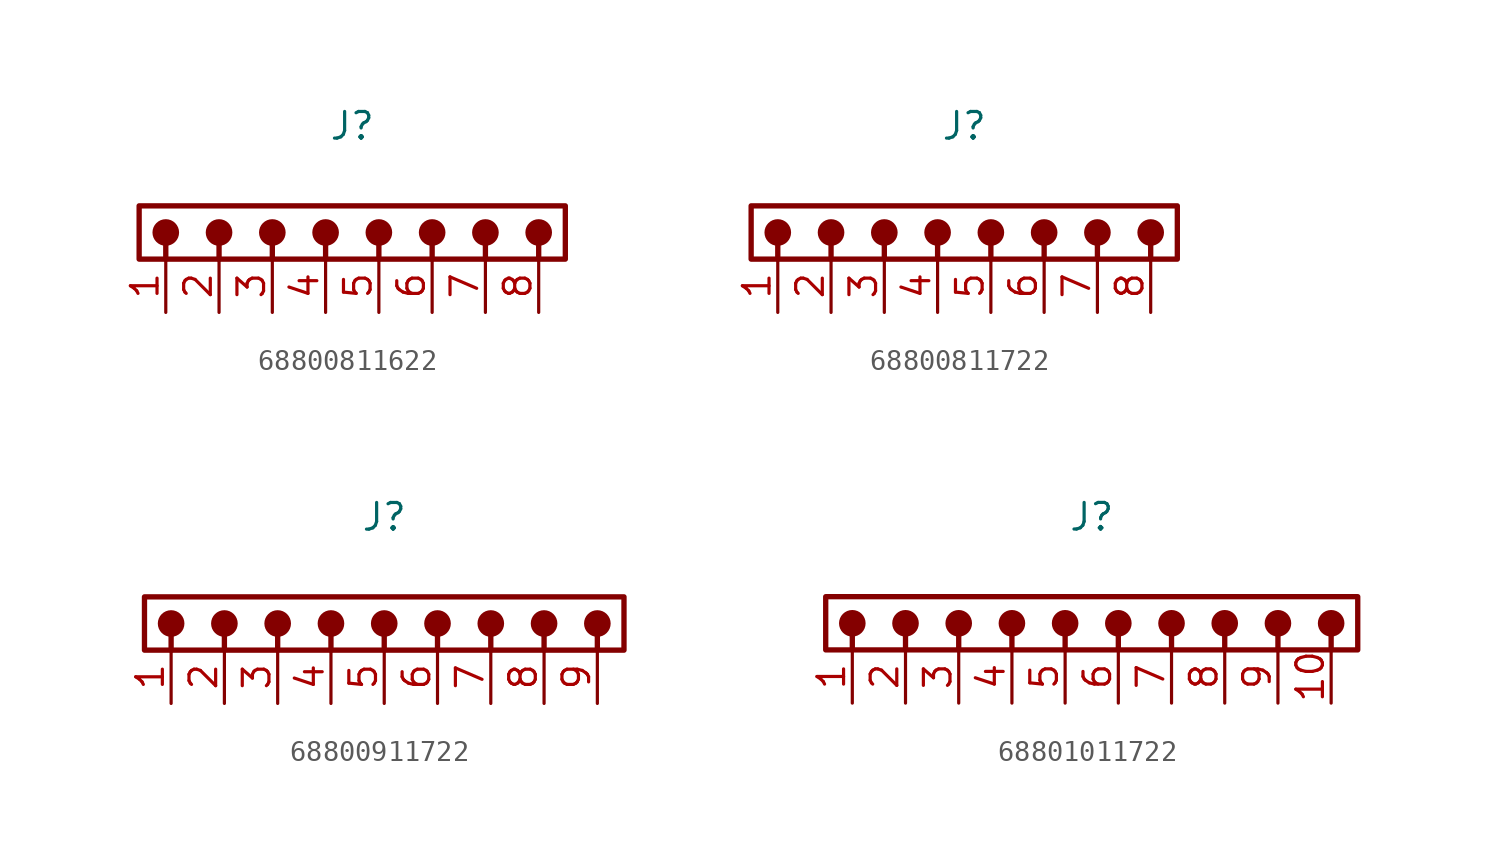
<source format=kicad_sym>
(kicad_symbol_lib
  (version 20241209)
  (generator "kicad_symbol_editor")
  (generator_version "9.0")
  (symbol "68800811622"
    (pin_names
      (hide yes))
    (property "Reference" "J"
      (at 0 5.08 0)
      (effects (font (size 1.27 1.27))))
    (symbol "68800811622_1_1"
      (rectangle (start -10.16 1.27) (end 10.16 -1.27) (stroke (width 0.254) (type solid)) (fill (type none)))
      (circle (center -8.89 0) (radius 0.508) (stroke (width 0.254) (type solid)) (fill (type outline)))
      (polyline (pts (xy -8.89 -0.508) (xy -8.89 -1.27)) (stroke (width 0.254) (type solid)) (fill (type none)))
      (circle (center -6.35 0) (radius 0.508) (stroke (width 0.254) (type solid)) (fill (type outline)))
      (polyline (pts (xy -6.35 -0.508) (xy -6.35 -1.27)) (stroke (width 0.254) (type solid)) (fill (type none)))
      (circle (center -3.81 0) (radius 0.508) (stroke (width 0.254) (type solid)) (fill (type outline)))
      (polyline (pts (xy -3.81 -0.508) (xy -3.81 -1.27)) (stroke (width 0.254) (type solid)) (fill (type none)))
      (circle (center -1.27 0) (radius 0.508) (stroke (width 0.254) (type solid)) (fill (type outline)))
      (polyline (pts (xy -1.27 -0.508) (xy -1.27 -1.27)) (stroke (width 0.254) (type solid)) (fill (type none)))
      (circle (center 1.27 0) (radius 0.508) (stroke (width 0.254) (type solid)) (fill (type outline)))
      (polyline (pts (xy 1.27 -0.508) (xy 1.27 -1.27)) (stroke (width 0.254) (type solid)) (fill (type none)))
      (circle (center 3.81 0) (radius 0.508) (stroke (width 0.254) (type solid)) (fill (type outline)))
      (polyline (pts (xy 3.81 -0.508) (xy 3.81 -1.27)) (stroke (width 0.254) (type solid)) (fill (type none)))
      (circle (center 6.35 0) (radius 0.508) (stroke (width 0.254) (type solid)) (fill (type outline)))
      (polyline (pts (xy 6.35 -0.508) (xy 6.35 -1.27)) (stroke (width 0.254) (type solid)) (fill (type none)))
      (circle (center 8.89 0) (radius 0.508) (stroke (width 0.254) (type solid)) (fill (type outline)))
      (polyline (pts (xy 8.89 -0.508) (xy 8.89 -1.27)) (stroke (width 0.254) (type solid)) (fill (type none)))
      (pin passive line (at -8.89 -3.81 90) (length 2.54) (name "1" (effects (font (size 1.27 1.27)))) (number "1" (effects (font (size 1.27 1.27)))))
      (pin passive line (at -6.35 -3.81 90) (length 2.54) (name "2" (effects (font (size 1.27 1.27)))) (number "2" (effects (font (size 1.27 1.27)))))
      (pin passive line (at -3.81 -3.81 90) (length 2.54) (name "3" (effects (font (size 1.27 1.27)))) (number "3" (effects (font (size 1.27 1.27)))))
      (pin passive line (at -1.27 -3.81 90) (length 2.54) (name "4" (effects (font (size 1.27 1.27)))) (number "4" (effects (font (size 1.27 1.27)))))
      (pin passive line (at 1.27 -3.81 90) (length 2.54) (name "5" (effects (font (size 1.27 1.27)))) (number "5" (effects (font (size 1.27 1.27)))))
      (pin passive line (at 3.81 -3.81 90) (length 2.54) (name "6" (effects (font (size 1.27 1.27)))) (number "6" (effects (font (size 1.27 1.27)))))
      (pin passive line (at 6.35 -3.81 90) (length 2.54) (name "7" (effects (font (size 1.27 1.27)))) (number "7" (effects (font (size 1.27 1.27)))))
      (pin passive line (at 8.89 -3.81 90) (length 2.54) (name "8" (effects (font (size 1.27 1.27)))) (number "8" (effects (font (size 1.27 1.27)))))))
  (symbol "68800811722"
    (pin_names
      (hide yes))
    (property "Reference" "J"
      (at 0 5.08 0)
      (effects (font (size 1.27 1.27))))
    (symbol "68800811722_1_1"
      (rectangle (start -10.16 1.27) (end 10.16 -1.27) (stroke (width 0.254) (type solid)) (fill (type none)))
      (circle (center -8.89 0) (radius 0.508) (stroke (width 0.254) (type solid)) (fill (type outline)))
      (polyline (pts (xy -8.89 -0.508) (xy -8.89 -1.27)) (stroke (width 0.254) (type solid)) (fill (type none)))
      (circle (center -6.35 0) (radius 0.508) (stroke (width 0.254) (type solid)) (fill (type outline)))
      (polyline (pts (xy -6.35 -0.508) (xy -6.35 -1.27)) (stroke (width 0.254) (type solid)) (fill (type none)))
      (circle (center -3.81 0) (radius 0.508) (stroke (width 0.254) (type solid)) (fill (type outline)))
      (polyline (pts (xy -3.81 -0.508) (xy -3.81 -1.27)) (stroke (width 0.254) (type solid)) (fill (type none)))
      (circle (center -1.27 0) (radius 0.508) (stroke (width 0.254) (type solid)) (fill (type outline)))
      (polyline (pts (xy -1.27 -0.508) (xy -1.27 -1.27)) (stroke (width 0.254) (type solid)) (fill (type none)))
      (circle (center 1.27 0) (radius 0.508) (stroke (width 0.254) (type solid)) (fill (type outline)))
      (polyline (pts (xy 1.27 -0.508) (xy 1.27 -1.27)) (stroke (width 0.254) (type solid)) (fill (type none)))
      (circle (center 3.81 0) (radius 0.508) (stroke (width 0.254) (type solid)) (fill (type outline)))
      (polyline (pts (xy 3.81 -0.508) (xy 3.81 -1.27)) (stroke (width 0.254) (type solid)) (fill (type none)))
      (circle (center 6.35 0) (radius 0.508) (stroke (width 0.254) (type solid)) (fill (type outline)))
      (polyline (pts (xy 6.35 -0.508) (xy 6.35 -1.27)) (stroke (width 0.254) (type solid)) (fill (type none)))
      (circle (center 8.89 0) (radius 0.508) (stroke (width 0.254) (type solid)) (fill (type outline)))
      (polyline (pts (xy 8.89 -0.508) (xy 8.89 -1.27)) (stroke (width 0.254) (type solid)) (fill (type none)))
      (pin passive line (at -8.89 -3.81 90) (length 2.54) (name "1" (effects (font (size 1.27 1.27)))) (number "1" (effects (font (size 1.27 1.27)))))
      (pin passive line (at -6.35 -3.81 90) (length 2.54) (name "2" (effects (font (size 1.27 1.27)))) (number "2" (effects (font (size 1.27 1.27)))))
      (pin passive line (at -3.81 -3.81 90) (length 2.54) (name "3" (effects (font (size 1.27 1.27)))) (number "3" (effects (font (size 1.27 1.27)))))
      (pin passive line (at -1.27 -3.81 90) (length 2.54) (name "4" (effects (font (size 1.27 1.27)))) (number "4" (effects (font (size 1.27 1.27)))))
      (pin passive line (at 1.27 -3.81 90) (length 2.54) (name "5" (effects (font (size 1.27 1.27)))) (number "5" (effects (font (size 1.27 1.27)))))
      (pin passive line (at 3.81 -3.81 90) (length 2.54) (name "6" (effects (font (size 1.27 1.27)))) (number "6" (effects (font (size 1.27 1.27)))))
      (pin passive line (at 6.35 -3.81 90) (length 2.54) (name "7" (effects (font (size 1.27 1.27)))) (number "7" (effects (font (size 1.27 1.27)))))
      (pin passive line (at 8.89 -3.81 90) (length 2.54) (name "8" (effects (font (size 1.27 1.27)))) (number "8" (effects (font (size 1.27 1.27)))))))
  (symbol "68800911722"
    (pin_names
      (hide yes))
    (property "Reference" "J"
      (at 0 5.08 0)
      (effects (font (size 1.27 1.27))))
    (symbol "68800911722_1_1"
      (rectangle (start -11.43 1.27) (end 11.43 -1.27) (stroke (width 0.254) (type solid)) (fill (type none)))
      (circle (center -10.16 0) (radius 0.508) (stroke (width 0.254) (type solid)) (fill (type outline)))
      (polyline (pts (xy -10.16 -0.508) (xy -10.16 -1.27)) (stroke (width 0.254) (type solid)) (fill (type none)))
      (circle (center -7.62 0) (radius 0.508) (stroke (width 0.254) (type solid)) (fill (type outline)))
      (polyline (pts (xy -7.62 -0.508) (xy -7.62 -1.27)) (stroke (width 0.254) (type solid)) (fill (type none)))
      (circle (center -5.08 0) (radius 0.508) (stroke (width 0.254) (type solid)) (fill (type outline)))
      (polyline (pts (xy -5.08 -0.508) (xy -5.08 -1.27)) (stroke (width 0.254) (type solid)) (fill (type none)))
      (circle (center -2.54 0) (radius 0.508) (stroke (width 0.254) (type solid)) (fill (type outline)))
      (polyline (pts (xy -2.54 -0.508) (xy -2.54 -1.27)) (stroke (width 0.254) (type solid)) (fill (type none)))
      (circle (center 0 0) (radius 0.508) (stroke (width 0.254) (type solid)) (fill (type outline)))
      (polyline (pts (xy 0 -0.508) (xy 0 -1.27)) (stroke (width 0.254) (type solid)) (fill (type none)))
      (circle (center 2.54 0) (radius 0.508) (stroke (width 0.254) (type solid)) (fill (type outline)))
      (polyline (pts (xy 2.54 -0.508) (xy 2.54 -1.27)) (stroke (width 0.254) (type solid)) (fill (type none)))
      (circle (center 5.08 0) (radius 0.508) (stroke (width 0.254) (type solid)) (fill (type outline)))
      (polyline (pts (xy 5.08 -0.508) (xy 5.08 -1.27)) (stroke (width 0.254) (type solid)) (fill (type none)))
      (circle (center 7.62 0) (radius 0.508) (stroke (width 0.254) (type solid)) (fill (type outline)))
      (polyline (pts (xy 7.62 -0.508) (xy 7.62 -1.27)) (stroke (width 0.254) (type solid)) (fill (type none)))
      (circle (center 10.16 0) (radius 0.508) (stroke (width 0.254) (type solid)) (fill (type outline)))
      (polyline (pts (xy 10.16 -0.508) (xy 10.16 -1.27)) (stroke (width 0.254) (type solid)) (fill (type none)))
      (pin passive line (at -10.16 -3.81 90) (length 2.54) (name "1" (effects (font (size 1.27 1.27)))) (number "1" (effects (font (size 1.27 1.27)))))
      (pin passive line (at -7.62 -3.81 90) (length 2.54) (name "2" (effects (font (size 1.27 1.27)))) (number "2" (effects (font (size 1.27 1.27)))))
      (pin passive line (at -5.08 -3.81 90) (length 2.54) (name "3" (effects (font (size 1.27 1.27)))) (number "3" (effects (font (size 1.27 1.27)))))
      (pin passive line (at -2.54 -3.81 90) (length 2.54) (name "4" (effects (font (size 1.27 1.27)))) (number "4" (effects (font (size 1.27 1.27)))))
      (pin passive line (at 0 -3.81 90) (length 2.54) (name "5" (effects (font (size 1.27 1.27)))) (number "5" (effects (font (size 1.27 1.27)))))
      (pin passive line (at 2.54 -3.81 90) (length 2.54) (name "6" (effects (font (size 1.27 1.27)))) (number "6" (effects (font (size 1.27 1.27)))))
      (pin passive line (at 5.08 -3.81 90) (length 2.54) (name "7" (effects (font (size 1.27 1.27)))) (number "7" (effects (font (size 1.27 1.27)))))
      (pin passive line (at 7.62 -3.81 90) (length 2.54) (name "8" (effects (font (size 1.27 1.27)))) (number "8" (effects (font (size 1.27 1.27)))))
      (pin passive line (at 10.16 -3.81 90) (length 2.54) (name "9" (effects (font (size 1.27 1.27)))) (number "9" (effects (font (size 1.27 1.27)))))))
  (symbol "68801011722"
    (pin_names
      (hide yes))
    (property "Reference" "J"
      (at 0 5.08 0)
      (effects (font (size 1.27 1.27))))
    (symbol "68801011722_1_1"
      (rectangle (start -12.7 1.27) (end 12.7 -1.27) (stroke (width 0.254) (type solid)) (fill (type none)))
      (circle (center -11.43 0) (radius 0.508) (stroke (width 0.254) (type solid)) (fill (type outline)))
      (polyline (pts (xy -11.43 -0.508) (xy -11.43 -1.27)) (stroke (width 0.254) (type solid)) (fill (type none)))
      (circle (center -8.89 0) (radius 0.508) (stroke (width 0.254) (type solid)) (fill (type outline)))
      (polyline (pts (xy -8.89 -0.508) (xy -8.89 -1.27)) (stroke (width 0.254) (type solid)) (fill (type none)))
      (circle (center -6.35 0) (radius 0.508) (stroke (width 0.254) (type solid)) (fill (type outline)))
      (polyline (pts (xy -6.35 -0.508) (xy -6.35 -1.27)) (stroke (width 0.254) (type solid)) (fill (type none)))
      (circle (center -3.81 0) (radius 0.508) (stroke (width 0.254) (type solid)) (fill (type outline)))
      (polyline (pts (xy -3.81 -0.508) (xy -3.81 -1.27)) (stroke (width 0.254) (type solid)) (fill (type none)))
      (circle (center -1.27 0) (radius 0.508) (stroke (width 0.254) (type solid)) (fill (type outline)))
      (polyline (pts (xy -1.27 -0.508) (xy -1.27 -1.27)) (stroke (width 0.254) (type solid)) (fill (type none)))
      (circle (center 1.27 0) (radius 0.508) (stroke (width 0.254) (type solid)) (fill (type outline)))
      (polyline (pts (xy 1.27 -0.508) (xy 1.27 -1.27)) (stroke (width 0.254) (type solid)) (fill (type none)))
      (circle (center 3.81 0) (radius 0.508) (stroke (width 0.254) (type solid)) (fill (type outline)))
      (polyline (pts (xy 3.81 -0.508) (xy 3.81 -1.27)) (stroke (width 0.254) (type solid)) (fill (type none)))
      (circle (center 6.35 0) (radius 0.508) (stroke (width 0.254) (type solid)) (fill (type outline)))
      (polyline (pts (xy 6.35 -0.508) (xy 6.35 -1.27)) (stroke (width 0.254) (type solid)) (fill (type none)))
      (circle (center 8.89 0) (radius 0.508) (stroke (width 0.254) (type solid)) (fill (type outline)))
      (polyline (pts (xy 8.89 -0.508) (xy 8.89 -1.27)) (stroke (width 0.254) (type solid)) (fill (type none)))
      (circle (center 11.43 0) (radius 0.508) (stroke (width 0.254) (type solid)) (fill (type outline)))
      (polyline (pts (xy 11.43 -0.508) (xy 11.43 -1.27)) (stroke (width 0.254) (type solid)) (fill (type none)))
      (pin passive line (at -11.43 -3.81 90) (length 2.54) (name "1" (effects (font (size 1.27 1.27)))) (number "1" (effects (font (size 1.27 1.27)))))
      (pin passive line (at -8.89 -3.81 90) (length 2.54) (name "2" (effects (font (size 1.27 1.27)))) (number "2" (effects (font (size 1.27 1.27)))))
      (pin passive line (at -6.35 -3.81 90) (length 2.54) (name "3" (effects (font (size 1.27 1.27)))) (number "3" (effects (font (size 1.27 1.27)))))
      (pin passive line (at -3.81 -3.81 90) (length 2.54) (name "4" (effects (font (size 1.27 1.27)))) (number "4" (effects (font (size 1.27 1.27)))))
      (pin passive line (at -1.27 -3.81 90) (length 2.54) (name "5" (effects (font (size 1.27 1.27)))) (number "5" (effects (font (size 1.27 1.27)))))
      (pin passive line (at 1.27 -3.81 90) (length 2.54) (name "6" (effects (font (size 1.27 1.27)))) (number "6" (effects (font (size 1.27 1.27)))))
      (pin passive line (at 3.81 -3.81 90) (length 2.54) (name "7" (effects (font (size 1.27 1.27)))) (number "7" (effects (font (size 1.27 1.27)))))
      (pin passive line (at 6.35 -3.81 90) (length 2.54) (name "8" (effects (font (size 1.27 1.27)))) (number "8" (effects (font (size 1.27 1.27)))))
      (pin passive line (at 8.89 -3.81 90) (length 2.54) (name "9" (effects (font (size 1.27 1.27)))) (number "9" (effects (font (size 1.27 1.27)))))
      (pin passive line (at 11.43 -3.81 90) (length 2.54) (name "10" (effects (font (size 1.27 1.27)))) (number "10" (effects (font (size 1.27 1.27))))))))
</source>
